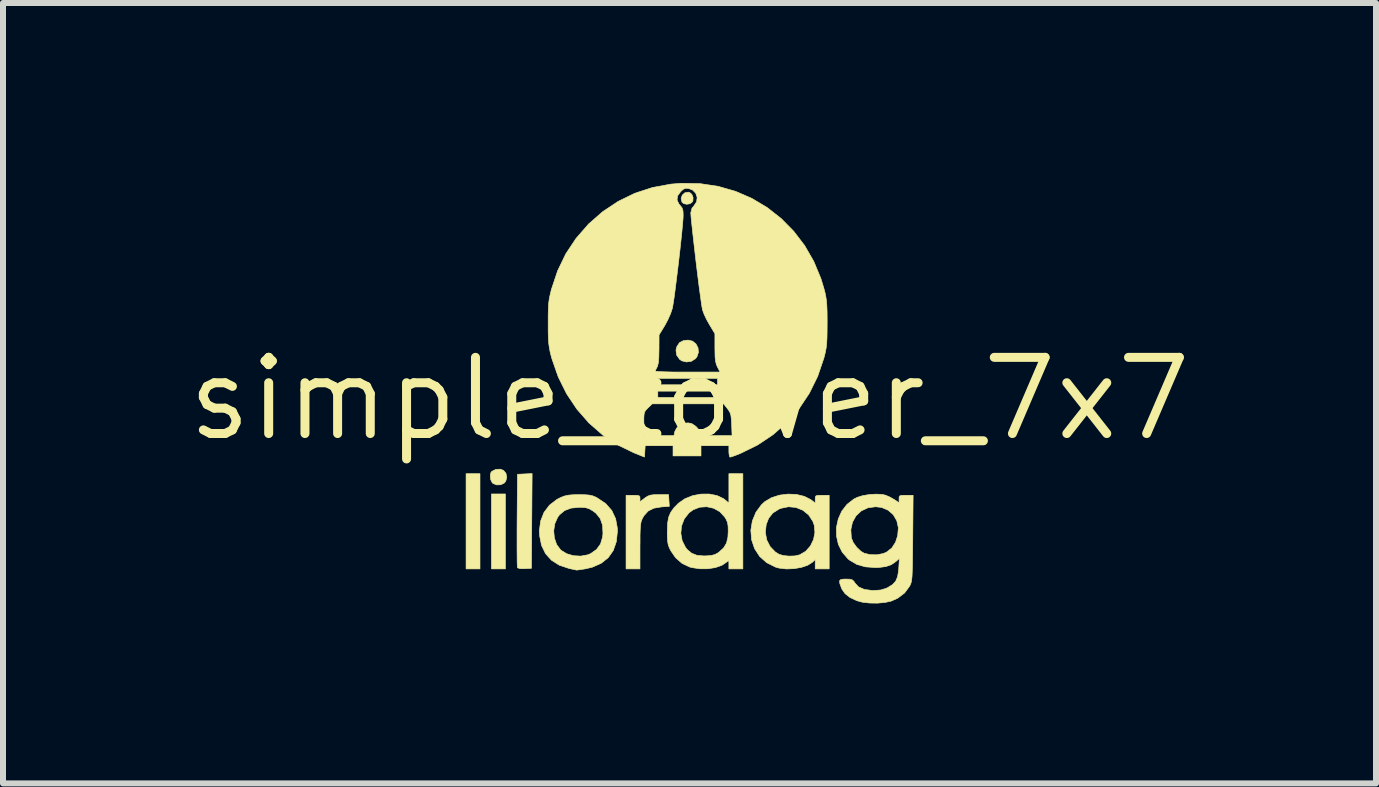
<source format=kicad_pcb>
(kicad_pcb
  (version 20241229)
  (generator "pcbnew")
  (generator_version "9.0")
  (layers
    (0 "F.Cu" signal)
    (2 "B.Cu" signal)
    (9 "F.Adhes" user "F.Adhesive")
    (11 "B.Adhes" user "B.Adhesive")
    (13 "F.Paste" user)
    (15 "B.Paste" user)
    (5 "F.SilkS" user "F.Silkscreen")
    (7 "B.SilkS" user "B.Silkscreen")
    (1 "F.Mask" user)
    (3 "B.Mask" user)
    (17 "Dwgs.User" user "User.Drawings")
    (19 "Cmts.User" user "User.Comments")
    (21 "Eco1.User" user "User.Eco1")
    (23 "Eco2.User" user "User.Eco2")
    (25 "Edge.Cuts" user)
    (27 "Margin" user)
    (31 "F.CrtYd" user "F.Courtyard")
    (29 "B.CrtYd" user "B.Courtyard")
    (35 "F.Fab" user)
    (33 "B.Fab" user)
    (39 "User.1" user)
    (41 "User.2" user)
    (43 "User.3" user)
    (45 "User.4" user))
  (footprint "simple_tower_7x7"
    (layer "F.Cu")
    (at 8.444 3.597)
    (property "Reference" "simple_tower_7x7" (at 0 0 0) (layer "F.SilkS") (effects (font (size 1.27 1.27) (thickness 0.15))))
    (attr through_hole)
    (fp_poly (pts (xy -3.493 2.836) (xy -3.725 2.836) (xy -3.725 1.249) (xy -3.493 1.249) (xy -3.493 2.836)) (stroke (width 0.01) (type solid)) (fill yes) (layer "F.SilkS"))
    (fp_poly (pts (xy -3.069 2.836) (xy -3.302 2.836) (xy -3.302 1.587) (xy -3.069 1.587) (xy -3.069 2.836)) (stroke (width 0.01) (type solid)) (fill yes) (layer "F.SilkS"))
    (fp_poly (pts (xy 0.001 -3.439) (xy 0.038 -3.408) (xy 0.059 -3.355) (xy 0.056 -3.3) (xy 0.049 -3.283) (xy 0.008 -3.251) (xy -0.047 -3.242) (xy -0.1 -3.254) (xy -0.127 -3.28) (xy -0.14 -3.341) (xy -0.12 -3.396) (xy -0.077 -3.434) (xy -0.019 -3.444) (xy 0.001 -3.439)) (stroke (width 0.01) (type solid)) (fill yes) (layer "F.SilkS"))
    (fp_poly (pts (xy -3.101 1.194) (xy -3.06 1.243) (xy -3.047 1.308) (xy -3.063 1.373) (xy -3.087 1.404) (xy -3.145 1.433) (xy -3.214 1.436) (xy -3.274 1.413) (xy -3.288 1.401) (xy -3.314 1.35) (xy -3.322 1.288) (xy -3.312 1.233) (xy -3.297 1.211) (xy -3.228 1.177) (xy -3.153 1.174) (xy -3.101 1.194)) (stroke (width 0.01) (type solid)) (fill yes) (layer "F.SilkS"))
    (fp_poly (pts (xy -2.63 2.036) (xy -2.635 2.826) (xy -2.747 2.832) (xy -2.823 2.832) (xy -2.862 2.82) (xy -2.869 2.811) (xy -2.871 2.784) (xy -2.873 2.72) (xy -2.874 2.623) (xy -2.875 2.499) (xy -2.875 2.352) (xy -2.875 2.188) (xy -2.874 2.021) (xy -2.868 1.259) (xy -2.624 1.247) (xy -2.63 2.036)) (stroke (width 0.01) (type solid)) (fill yes) (layer "F.SilkS"))
    (fp_poly (pts (xy 0.051 -0.96) (xy 0.108 -0.913) (xy 0.142 -0.847) (xy 0.148 -0.772) (xy 0.123 -0.699) (xy 0.096 -0.666) (xy 0.029 -0.624) (xy -0.052 -0.613) (xy -0.128 -0.632) (xy -0.165 -0.657) (xy -0.216 -0.73) (xy -0.226 -0.813) (xy -0.211 -0.869) (xy -0.168 -0.935) (xy -0.102 -0.969) (xy -0.025 -0.978) (xy 0.051 -0.96)) (stroke (width 0.01) (type solid)) (fill yes) (layer "F.SilkS"))
    (fp_poly (pts (xy -0.343 1.696) (xy -0.337 1.794) (xy -0.471 1.803) (xy -0.594 1.824) (xy -0.689 1.871) (xy -0.76 1.95) (xy -0.784 1.991) (xy -0.799 2.025) (xy -0.81 2.063) (xy -0.817 2.112) (xy -0.822 2.18) (xy -0.825 2.273) (xy -0.825 2.399) (xy -0.826 2.454) (xy -0.826 2.836) (xy -1.058 2.836) (xy -1.058 1.609) (xy -0.942 1.609) (xy -0.875 1.61) (xy -0.841 1.617) (xy -0.827 1.635) (xy -0.826 1.663) (xy -0.826 1.717) (xy -0.748 1.657) (xy -0.702 1.626) (xy -0.658 1.608) (xy -0.602 1.6) (xy -0.518 1.598) (xy -0.51 1.598) (xy -0.349 1.598) (xy -0.343 1.696)) (stroke (width 0.01) (type solid)) (fill yes) (layer "F.SilkS"))
    (fp_poly (pts (xy 1.783 1.595) (xy 1.914 1.627) (xy 2.023 1.683) (xy 2.027 1.686) (xy 2.095 1.738) (xy 2.095 1.673) (xy 2.097 1.636) (xy 2.11 1.617) (xy 2.144 1.61) (xy 2.209 1.609) (xy 2.328 1.609) (xy 2.328 2.836) (xy 2.095 2.836) (xy 2.095 2.681) (xy 2.047 2.726) (xy 1.97 2.775) (xy 1.864 2.811) (xy 1.741 2.832) (xy 1.614 2.837) (xy 1.494 2.823) (xy 1.433 2.806) (xy 1.287 2.733) (xy 1.17 2.63) (xy 1.085 2.5) (xy 1.035 2.352) (xy 1.025 2.228) (xy 1.264 2.228) (xy 1.287 2.354) (xy 1.344 2.465) (xy 1.431 2.555) (xy 1.492 2.593) (xy 1.565 2.614) (xy 1.658 2.623) (xy 1.755 2.62) (xy 1.834 2.602) (xy 1.835 2.602) (xy 1.936 2.543) (xy 2.015 2.454) (xy 2.067 2.347) (xy 2.09 2.229) (xy 2.079 2.109) (xy 2.055 2.043) (xy 1.985 1.936) (xy 1.888 1.858) (xy 1.774 1.812) (xy 1.65 1.8) (xy 1.525 1.826) (xy 1.492 1.839) (xy 1.389 1.904) (xy 1.319 1.992) (xy 1.278 2.097) (xy 1.264 2.228) (xy 1.025 2.228) (xy 1.022 2.193) (xy 1.047 2.037) (xy 1.107 1.892) (xy 1.199 1.767) (xy 1.255 1.715) (xy 1.365 1.65) (xy 1.497 1.607) (xy 1.64 1.589) (xy 1.783 1.595)) (stroke (width 0.01) (type solid)) (fill yes) (layer "F.SilkS"))
    (fp_poly (pts (xy -1.741 1.6) (xy -1.67 1.606) (xy -1.615 1.618) (xy -1.562 1.64) (xy -1.535 1.655) (xy -1.397 1.748) (xy -1.296 1.863) (xy -1.232 2) (xy -1.203 2.159) (xy -1.202 2.21) (xy -1.22 2.382) (xy -1.271 2.529) (xy -1.356 2.65) (xy -1.473 2.743) (xy -1.621 2.808) (xy -1.736 2.835) (xy -1.808 2.846) (xy -1.861 2.854) (xy -1.884 2.856) (xy -1.909 2.85) (xy -1.962 2.839) (xy -2.011 2.828) (xy -2.172 2.774) (xy -2.302 2.691) (xy -2.401 2.581) (xy -2.467 2.444) (xy -2.499 2.283) (xy -2.503 2.2) (xy -2.503 2.2) (xy -2.264 2.2) (xy -2.253 2.32) (xy -2.215 2.43) (xy -2.149 2.519) (xy -2.145 2.523) (xy -2.051 2.582) (xy -1.937 2.616) (xy -1.814 2.623) (xy -1.699 2.602) (xy -1.651 2.583) (xy -1.551 2.513) (xy -1.484 2.422) (xy -1.449 2.305) (xy -1.443 2.244) (xy -1.45 2.108) (xy -1.488 1.998) (xy -1.559 1.909) (xy -1.613 1.868) (xy -1.672 1.834) (xy -1.73 1.816) (xy -1.805 1.81) (xy -1.84 1.81) (xy -1.976 1.823) (xy -2.084 1.864) (xy -2.168 1.935) (xy -2.197 1.974) (xy -2.245 2.081) (xy -2.264 2.2) (xy -2.503 2.2) (xy -2.482 2.038) (xy -2.426 1.895) (xy -2.335 1.774) (xy -2.212 1.679) (xy -2.151 1.647) (xy -2.087 1.622) (xy -2.021 1.607) (xy -1.94 1.6) (xy -1.841 1.598) (xy -1.741 1.6)) (stroke (width 0.01) (type solid)) (fill yes) (layer "F.SilkS"))
    (fp_poly (pts (xy 0.889 2.836) (xy 0.656 2.836) (xy 0.656 2.761) (xy 0.655 2.712) (xy 0.646 2.7) (xy 0.624 2.717) (xy 0.62 2.722) (xy 0.54 2.776) (xy 0.431 2.814) (xy 0.304 2.834) (xy 0.169 2.834) (xy 0.038 2.814) (xy 0 2.804) (xy -0.125 2.744) (xy -0.233 2.649) (xy -0.313 2.533) (xy -0.34 2.477) (xy -0.357 2.426) (xy -0.366 2.367) (xy -0.37 2.287) (xy -0.37 2.243) (xy -0.145 2.243) (xy -0.123 2.366) (xy -0.067 2.477) (xy -0.036 2.516) (xy 0.037 2.576) (xy 0.124 2.61) (xy 0.237 2.62) (xy 0.278 2.619) (xy 0.364 2.612) (xy 0.425 2.596) (xy 0.479 2.566) (xy 0.494 2.554) (xy 0.57 2.484) (xy 0.617 2.405) (xy 0.64 2.306) (xy 0.645 2.21) (xy 0.643 2.124) (xy 0.633 2.063) (xy 0.611 2.011) (xy 0.586 1.971) (xy 0.504 1.882) (xy 0.401 1.825) (xy 0.287 1.8) (xy 0.17 1.808) (xy 0.06 1.851) (xy -0.008 1.901) (xy -0.087 2.001) (xy -0.133 2.119) (xy -0.145 2.243) (xy -0.37 2.243) (xy -0.37 2.212) (xy -0.366 2.08) (xy -0.349 1.977) (xy -0.314 1.894) (xy -0.258 1.816) (xy -0.184 1.741) (xy -0.076 1.666) (xy 0.052 1.615) (xy 0.189 1.589) (xy 0.327 1.588) (xy 0.456 1.613) (xy 0.566 1.665) (xy 0.592 1.685) (xy 0.656 1.739) (xy 0.656 1.249) (xy 0.889 1.249) (xy 0.889 2.836)) (stroke (width 0.01) (type solid)) (fill yes) (layer "F.SilkS"))
    (fp_poly (pts (xy 3.211 1.595) (xy 3.266 1.607) (xy 3.336 1.637) (xy 3.407 1.677) (xy 3.417 1.683) (xy 3.493 1.734) (xy 3.493 1.672) (xy 3.494 1.636) (xy 3.507 1.617) (xy 3.541 1.61) (xy 3.607 1.609) (xy 3.727 1.609) (xy 3.721 2.323) (xy 3.719 2.516) (xy 3.717 2.672) (xy 3.715 2.795) (xy 3.712 2.889) (xy 3.709 2.961) (xy 3.703 3.013) (xy 3.697 3.052) (xy 3.688 3.082) (xy 3.677 3.107) (xy 3.668 3.125) (xy 3.585 3.237) (xy 3.471 3.324) (xy 3.362 3.373) (xy 3.256 3.396) (xy 3.13 3.407) (xy 2.999 3.405) (xy 2.879 3.391) (xy 2.791 3.367) (xy 2.674 3.312) (xy 2.593 3.249) (xy 2.54 3.173) (xy 2.532 3.154) (xy 2.505 3.079) (xy 2.5 3.035) (xy 2.522 3.013) (xy 2.574 3.006) (xy 2.609 3.006) (xy 2.676 3.008) (xy 2.715 3.02) (xy 2.742 3.046) (xy 2.756 3.07) (xy 2.818 3.137) (xy 2.913 3.178) (xy 3.043 3.196) (xy 3.075 3.196) (xy 3.185 3.188) (xy 3.276 3.161) (xy 3.302 3.149) (xy 3.382 3.099) (xy 3.436 3.042) (xy 3.468 2.967) (xy 3.485 2.864) (xy 3.488 2.825) (xy 3.498 2.662) (xy 3.441 2.712) (xy 3.365 2.765) (xy 3.274 2.797) (xy 3.159 2.812) (xy 3.099 2.814) (xy 2.931 2.802) (xy 2.79 2.762) (xy 2.669 2.691) (xy 2.641 2.668) (xy 2.545 2.557) (xy 2.481 2.428) (xy 2.45 2.289) (xy 2.449 2.182) (xy 2.689 2.182) (xy 2.697 2.317) (xy 2.728 2.395) (xy 2.786 2.475) (xy 2.857 2.543) (xy 2.91 2.574) (xy 3.009 2.599) (xy 3.122 2.601) (xy 3.23 2.58) (xy 3.284 2.557) (xy 3.372 2.488) (xy 3.434 2.392) (xy 3.47 2.28) (xy 3.481 2.15) (xy 3.455 2.033) (xy 3.397 1.934) (xy 3.311 1.858) (xy 3.203 1.812) (xy 3.102 1.8) (xy 2.972 1.818) (xy 2.862 1.87) (xy 2.775 1.952) (xy 2.716 2.058) (xy 2.689 2.182) (xy 2.449 2.182) (xy 2.449 2.145) (xy 2.479 2.005) (xy 2.537 1.875) (xy 2.624 1.762) (xy 2.737 1.673) (xy 2.794 1.644) (xy 2.884 1.616) (xy 2.994 1.597) (xy 3.109 1.59) (xy 3.211 1.595)) (stroke (width 0.01) (type solid)) (fill yes) (layer "F.SilkS"))
    (fp_poly (pts (xy 0.176 -3.586) (xy 0.477 -3.541) (xy 0.766 -3.458) (xy 1.039 -3.34) (xy 1.294 -3.188) (xy 1.527 -3.005) (xy 1.736 -2.793) (xy 1.919 -2.554) (xy 2.071 -2.29) (xy 2.19 -2.004) (xy 2.238 -1.846) (xy 2.259 -1.767) (xy 2.273 -1.697) (xy 2.283 -1.627) (xy 2.289 -1.547) (xy 2.293 -1.447) (xy 2.294 -1.319) (xy 2.294 -1.259) (xy 2.293 -1.117) (xy 2.291 -1.008) (xy 2.286 -0.922) (xy 2.278 -0.849) (xy 2.265 -0.78) (xy 2.247 -0.705) (xy 2.238 -0.673) (xy 2.136 -0.373) (xy 1.998 -0.093) (xy 1.827 0.164) (xy 1.624 0.395) (xy 1.392 0.599) (xy 1.134 0.771) (xy 0.851 0.91) (xy 0.841 0.914) (xy 0.768 0.943) (xy 0.709 0.964) (xy 0.677 0.973) (xy 0.675 0.974) (xy 0.664 0.955) (xy 0.657 0.907) (xy 0.656 0.878) (xy 0.656 0.783) (xy 0.191 0.783) (xy 0.191 0.953) (xy -0.275 0.953) (xy -0.275 0.783) (xy -0.739 0.783) (xy -0.745 0.878) (xy -0.751 0.972) (xy -0.923 0.903) (xy -1.198 0.77) (xy -1.451 0.602) (xy -1.453 0.599) (xy -0.789 0.599) (xy -0.766 0.607) (xy -0.713 0.611) (xy -0.627 0.613) (xy -0.536 0.614) (xy -0.259 0.614) (xy -0.247 0.55) (xy -0.215 0.488) (xy -0.153 0.438) (xy -0.073 0.408) (xy -0.024 0.402) (xy 0.037 0.414) (xy 0.097 0.454) (xy 0.119 0.474) (xy 0.161 0.523) (xy 0.187 0.566) (xy 0.191 0.58) (xy 0.196 0.594) (xy 0.215 0.604) (xy 0.257 0.61) (xy 0.326 0.613) (xy 0.43 0.614) (xy 0.45 0.614) (xy 0.709 0.614) (xy 0.702 0.43) (xy 0.697 0.337) (xy 0.689 0.275) (xy 0.674 0.229) (xy 0.649 0.188) (xy 0.632 0.165) (xy 0.568 0.085) (xy -0.622 0.085) (xy -0.692 0.152) (xy -0.727 0.188) (xy -0.748 0.22) (xy -0.758 0.262) (xy -0.762 0.324) (xy -0.762 0.392) (xy -0.765 0.488) (xy -0.774 0.556) (xy -0.787 0.588) (xy -0.789 0.599) (xy -1.453 0.599) (xy -1.678 0.402) (xy -1.878 0.173) (xy -2.049 -0.083) (xy -2.071 -0.127) (xy -0.529 -0.127) (xy -0.529 -0.021) (xy 0.466 -0.021) (xy 0.466 -0.127) (xy -0.529 -0.127) (xy -2.071 -0.127) (xy -2.176 -0.339) (xy -0.529 -0.339) (xy -0.529 -0.233) (xy 0.466 -0.233) (xy 0.466 -0.339) (xy -0.529 -0.339) (xy -2.176 -0.339) (xy -2.188 -0.363) (xy -2.222 -0.46) (xy -0.571 -0.46) (xy -0.551 -0.456) (xy -0.494 -0.452) (xy -0.406 -0.449) (xy -0.293 -0.446) (xy -0.159 -0.445) (xy -0.031 -0.445) (xy 0.509 -0.445) (xy 0.466 -0.528) (xy 0.446 -0.575) (xy 0.434 -0.627) (xy 0.426 -0.696) (xy 0.424 -0.793) (xy 0.423 -0.848) (xy 0.423 -1.085) (xy 0.332 -1.236) (xy 0.284 -1.321) (xy 0.243 -1.409) (xy 0.217 -1.48) (xy 0.215 -1.488) (xy 0.207 -1.531) (xy 0.195 -1.611) (xy 0.18 -1.72) (xy 0.162 -1.852) (xy 0.143 -2.002) (xy 0.123 -2.163) (xy 0.103 -2.329) (xy 0.084 -2.494) (xy 0.066 -2.651) (xy 0.05 -2.795) (xy 0.037 -2.918) (xy 0.027 -3.016) (xy 0.022 -3.081) (xy 0.021 -3.101) (xy 0.041 -3.177) (xy 0.074 -3.217) (xy 0.118 -3.283) (xy 0.127 -3.356) (xy 0.104 -3.425) (xy 0.052 -3.479) (xy -0.015 -3.505) (xy -0.065 -3.509) (xy -0.107 -3.49) (xy -0.147 -3.454) (xy -0.199 -3.382) (xy -0.208 -3.312) (xy -0.175 -3.244) (xy -0.159 -3.226) (xy -0.125 -3.183) (xy -0.109 -3.131) (xy -0.106 -3.063) (xy -0.108 -3.004) (xy -0.116 -2.91) (xy -0.127 -2.788) (xy -0.142 -2.644) (xy -0.159 -2.486) (xy -0.178 -2.319) (xy -0.198 -2.151) (xy -0.218 -1.989) (xy -0.237 -1.838) (xy -0.254 -1.707) (xy -0.27 -1.602) (xy -0.282 -1.529) (xy -0.286 -1.509) (xy -0.315 -1.421) (xy -0.36 -1.319) (xy -0.412 -1.221) (xy -0.413 -1.22) (xy -0.508 -1.064) (xy -0.509 -0.823) (xy -0.512 -0.694) (xy -0.519 -0.603) (xy -0.533 -0.544) (xy -0.54 -0.529) (xy -0.562 -0.486) (xy -0.571 -0.46) (xy -2.222 -0.46) (xy -2.293 -0.664) (xy -2.302 -0.695) (xy -2.323 -0.777) (xy -2.337 -0.85) (xy -2.347 -0.924) (xy -2.353 -1.008) (xy -2.356 -1.114) (xy -2.356 -1.252) (xy -2.356 -1.259) (xy -2.356 -1.399) (xy -2.353 -1.506) (xy -2.348 -1.592) (xy -2.338 -1.666) (xy -2.323 -1.738) (xy -2.303 -1.82) (xy -2.302 -1.824) (xy -2.199 -2.132) (xy -2.063 -2.415) (xy -1.891 -2.674) (xy -1.685 -2.91) (xy -1.684 -2.912) (xy -1.447 -3.119) (xy -1.19 -3.29) (xy -0.913 -3.425) (xy -0.619 -3.521) (xy -0.311 -3.578) (xy -0.136 -3.592) (xy 0.176 -3.586)) (stroke (width 0.01) (type solid)) (fill yes) (layer "F.SilkS")))
  (gr_rect
    (start -3 -3)
    (end 19.887 10.009)
    (stroke (width 0.1) (type default))
    (fill no)
    (layer "Edge.Cuts")))
</source>
